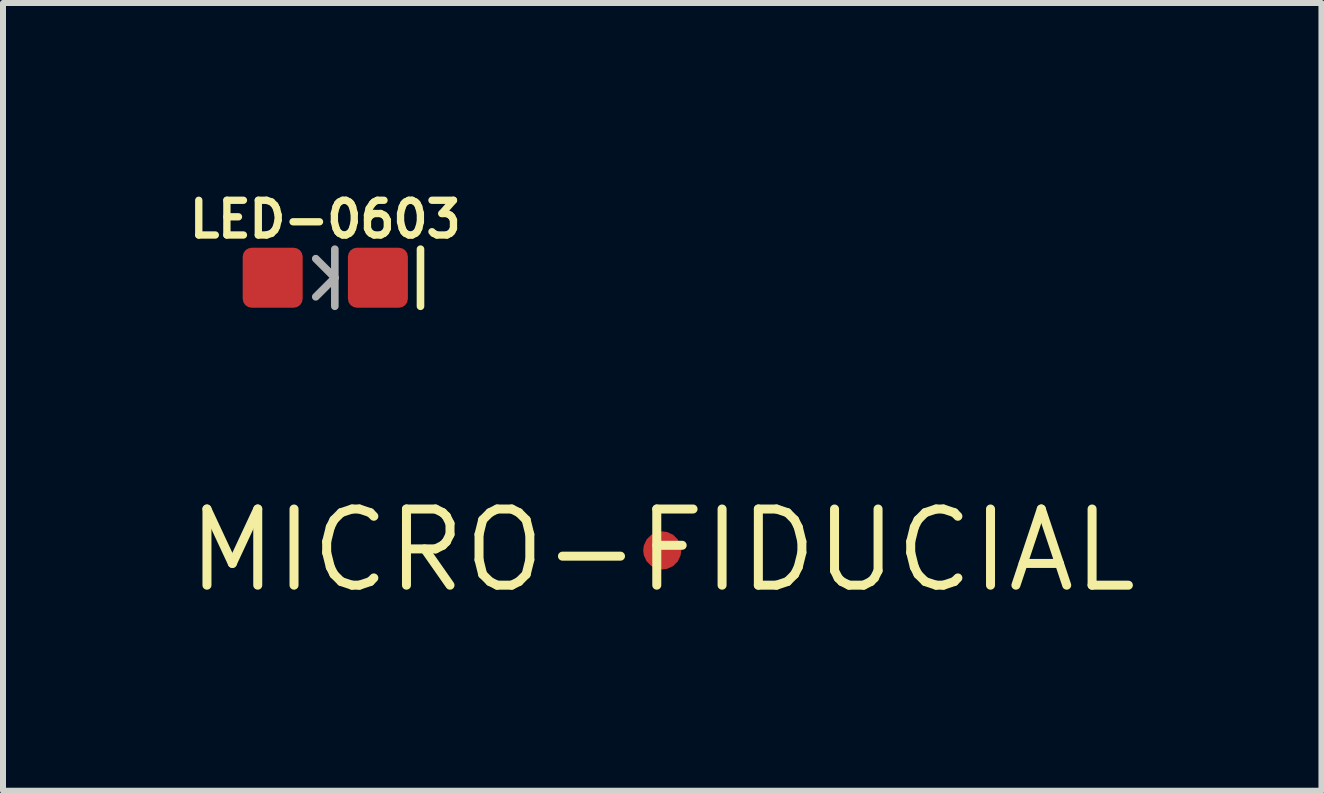
<source format=kicad_pcb>
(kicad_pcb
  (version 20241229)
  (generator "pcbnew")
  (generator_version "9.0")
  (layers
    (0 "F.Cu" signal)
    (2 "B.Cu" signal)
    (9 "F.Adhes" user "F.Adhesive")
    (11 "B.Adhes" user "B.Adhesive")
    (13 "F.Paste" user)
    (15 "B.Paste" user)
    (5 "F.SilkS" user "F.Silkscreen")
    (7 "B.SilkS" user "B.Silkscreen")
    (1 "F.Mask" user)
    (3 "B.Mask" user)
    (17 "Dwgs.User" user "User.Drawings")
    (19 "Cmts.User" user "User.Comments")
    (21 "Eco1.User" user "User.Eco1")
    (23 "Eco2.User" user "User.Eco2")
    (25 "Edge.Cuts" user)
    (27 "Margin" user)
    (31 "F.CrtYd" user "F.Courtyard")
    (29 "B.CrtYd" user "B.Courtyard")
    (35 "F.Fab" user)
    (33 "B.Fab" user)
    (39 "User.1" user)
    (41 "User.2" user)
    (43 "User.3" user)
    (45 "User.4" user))
  (footprint "MICRO-FIDUCIAL"
    (layer "F.Cu")
    (at 7.99 6.126)
    (property "Reference" "MICRO-FIDUCIAL" (at 0 0 0) (layer "F.SilkS") (effects (font (size 1.27 1.27) (thickness 0.15))))
    (attr through_hole)
    (pad "1" smd roundrect (at 0 0) (size 0.635 0.635) (layers "F.Cu" "F.Mask") (roundrect_rratio 0.5)))
  (footprint "LED-0603"
    (layer "F.Cu")
    (at 2.373 1.58)
    (property "Reference" "LED-0603" (at 0 -0.635 0) (layer "F.SilkS") (effects (font (size 0.579 0.579) (thickness 0.122)) (justify bottom)))
    (attr through_hole)
    (fp_line (start 1.587 -0.476) (end 1.587 0.476) (stroke (width 0.127) (type solid)) (layer "F.SilkS"))
    (fp_line (start 0.159 -0.476) (end 0.159 0) (stroke (width 0.127) (type solid)) (layer "F.Fab"))
    (fp_line (start 0.159 0) (end -0.159 -0.318) (stroke (width 0.127) (type solid)) (layer "F.Fab"))
    (fp_line (start 0.159 0) (end -0.159 0.318) (stroke (width 0.127) (type solid)) (layer "F.Fab"))
    (fp_line (start 0.159 0) (end 0.159 0.476) (stroke (width 0.127) (type solid)) (layer "F.Fab"))
    (pad "A" smd roundrect (at -0.877 0 270) (size 1 1) (layers "F.Cu" "F.Mask" "F.Paste") (roundrect_rratio 0.15))
    (pad "C" smd roundrect (at 0.877 0 270) (size 1 1) (layers "F.Cu" "F.Mask" "F.Paste") (roundrect_rratio 0.15)))
  (gr_rect
    (start -3 -3)
    (end 18.98 10.132)
    (stroke (width 0.1) (type default))
    (fill no)
    (layer "Edge.Cuts")))
</source>
